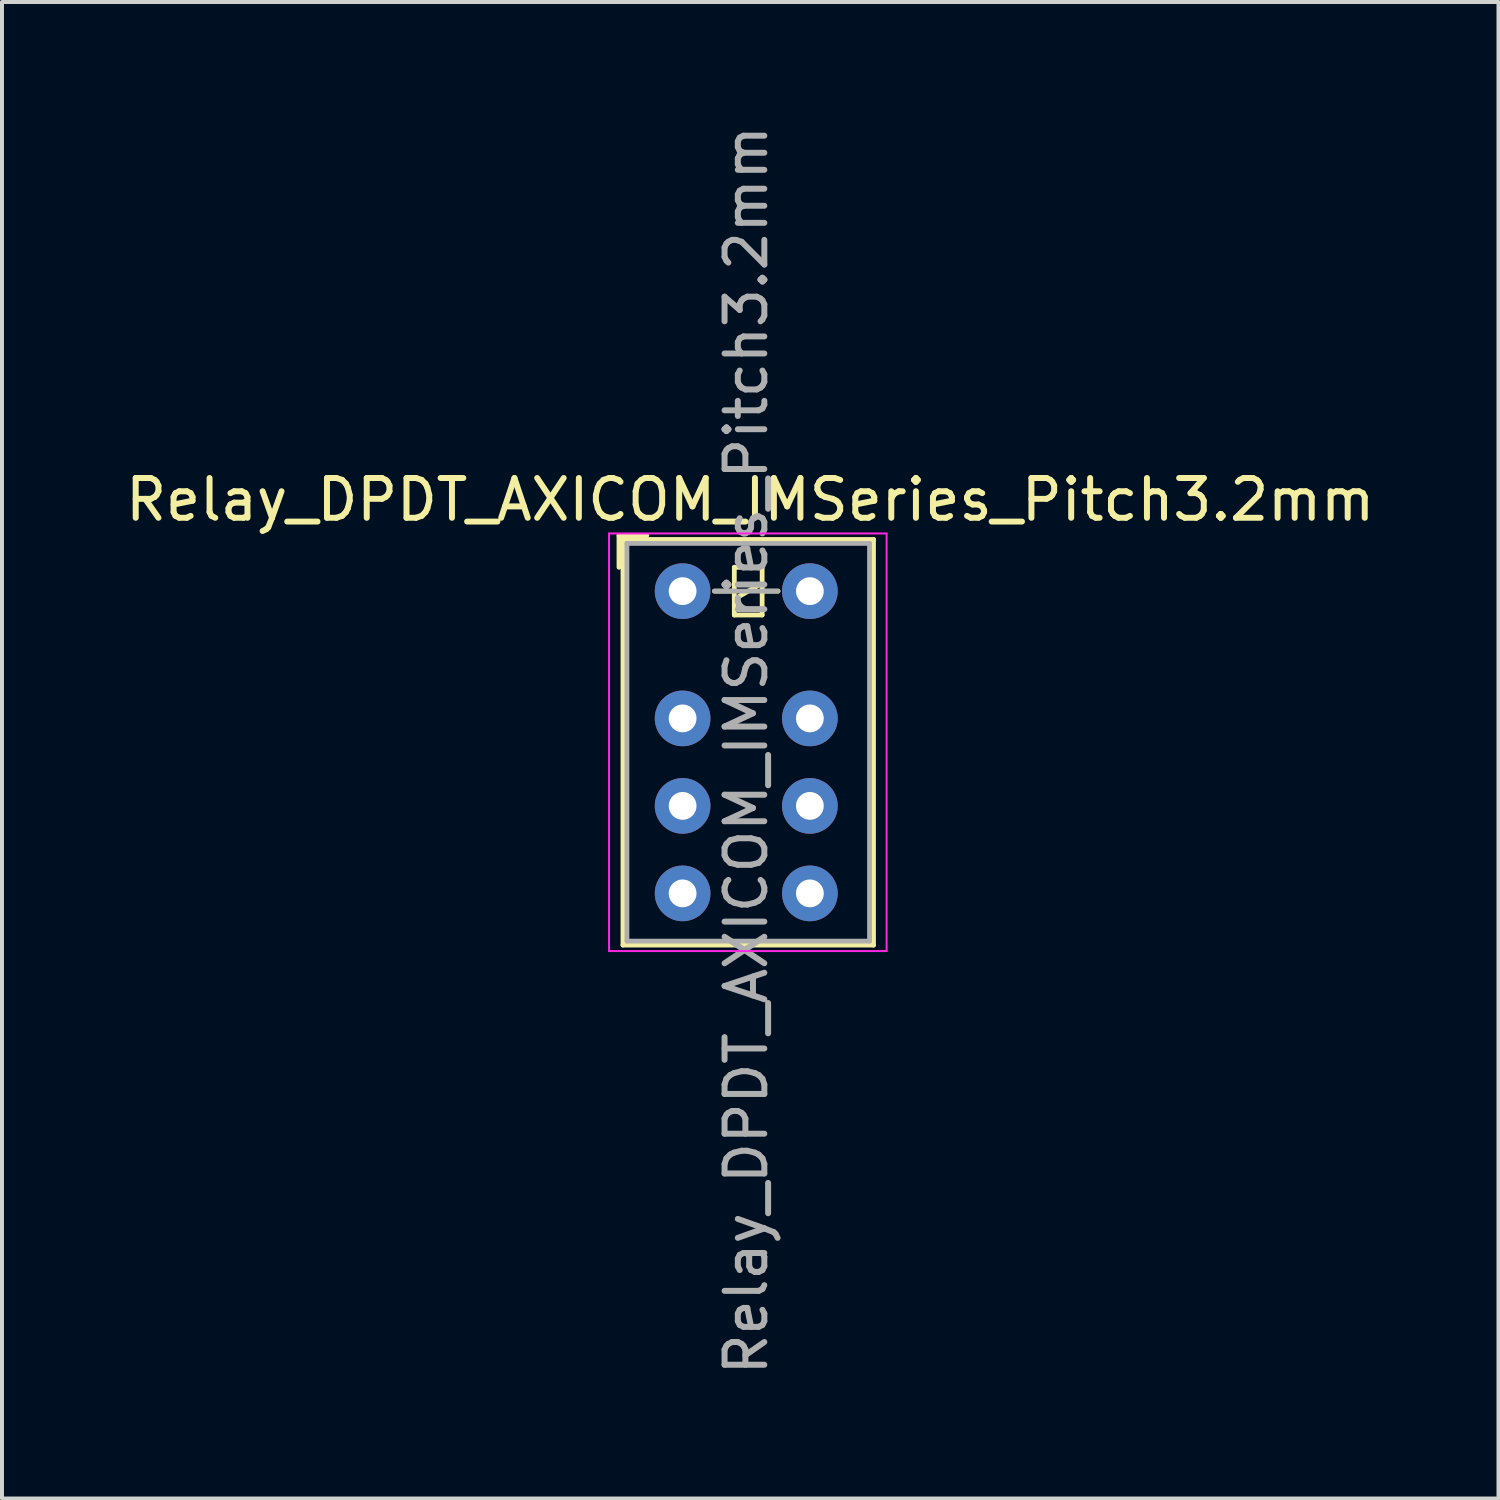
<source format=kicad_pcb>
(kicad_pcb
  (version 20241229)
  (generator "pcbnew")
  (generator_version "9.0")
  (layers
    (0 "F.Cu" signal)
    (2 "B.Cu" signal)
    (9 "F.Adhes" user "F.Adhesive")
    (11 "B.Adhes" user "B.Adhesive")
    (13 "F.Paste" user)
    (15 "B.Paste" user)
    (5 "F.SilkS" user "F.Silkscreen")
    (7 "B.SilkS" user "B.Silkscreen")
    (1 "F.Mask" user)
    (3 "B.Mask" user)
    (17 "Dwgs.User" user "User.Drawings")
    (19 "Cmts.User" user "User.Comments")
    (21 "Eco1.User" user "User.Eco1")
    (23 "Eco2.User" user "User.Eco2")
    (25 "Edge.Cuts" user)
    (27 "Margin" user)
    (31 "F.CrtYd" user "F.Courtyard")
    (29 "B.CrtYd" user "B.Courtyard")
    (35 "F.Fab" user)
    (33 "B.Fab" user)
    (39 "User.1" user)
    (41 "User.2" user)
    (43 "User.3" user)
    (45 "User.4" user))
  (footprint "Relay_DPDT_AXICOM_IMSeries_Pitch3.2mm"
    (layer "F.Cu")
    (at 14.115 11.815)
    (property "Reference" "Relay_DPDT_AXICOM_IMSeries_Pitch3.2mm" (at 1.7 -2.3 0) (layer "F.SilkS") (effects (font (size 1 1) (thickness 0.15))))
    (attr through_hole)
    (fp_line (start -1.6 -1.4) (end -0.9 -1.4) (stroke (width 0.12) (type solid)) (layer "F.SilkS"))
    (fp_line (start -1.6 -0.6) (end -1.6 -1.4) (stroke (width 0.12) (type solid)) (layer "F.SilkS"))
    (fp_line (start -1.5 -1.3) (end 4.8 -1.3) (stroke (width 0.12) (type solid)) (layer "F.SilkS"))
    (fp_line (start -1.5 8.9) (end -1.5 -1.3) (stroke (width 0.12) (type solid)) (layer "F.SilkS"))
    (fp_line (start 1.3 -0.6) (end 1.3 0.6) (stroke (width 0.12) (type solid)) (layer "F.SilkS"))
    (fp_line (start 1.3 0) (end 0.8 0) (stroke (width 0.12) (type solid)) (layer "F.SilkS"))
    (fp_line (start 1.3 0.2) (end 2 -0.2) (stroke (width 0.12) (type solid)) (layer "F.SilkS"))
    (fp_line (start 1.3 0.6) (end 2 0.6) (stroke (width 0.12) (type solid)) (layer "F.SilkS"))
    (fp_line (start 2 -0.6) (end 1.3 -0.6) (stroke (width 0.12) (type solid)) (layer "F.SilkS"))
    (fp_line (start 2 0) (end 2.4 0) (stroke (width 0.12) (type solid)) (layer "F.SilkS"))
    (fp_line (start 2 0.6) (end 2 -0.6) (stroke (width 0.12) (type solid)) (layer "F.SilkS"))
    (fp_line (start 4.8 -1.3) (end 4.8 8.9) (stroke (width 0.12) (type solid)) (layer "F.SilkS"))
    (fp_line (start 4.8 8.9) (end -1.5 8.9) (stroke (width 0.12) (type solid)) (layer "F.SilkS"))
    (fp_line (start -1.85 -1.45) (end -1.85 9.05) (stroke (width 0.05) (type solid)) (layer "F.CrtYd"))
    (fp_line (start -1.85 -1.45) (end 5.13 -1.45) (stroke (width 0.05) (type solid)) (layer "F.CrtYd"))
    (fp_line (start 5.13 9.05) (end -1.85 9.05) (stroke (width 0.05) (type solid)) (layer "F.CrtYd"))
    (fp_line (start 5.13 9.05) (end 5.13 -1.45) (stroke (width 0.05) (type solid)) (layer "F.CrtYd"))
    (fp_line (start -1.4 -1.2) (end -1.4 8.8) (stroke (width 0.12) (type solid)) (layer "F.Fab"))
    (fp_line (start -1.4 8.8) (end 4.7 8.8) (stroke (width 0.12) (type solid)) (layer "F.Fab"))
    (fp_line (start 0.8 0) (end 2.4 0) (stroke (width 0.12) (type solid)) (layer "F.Fab"))
    (fp_line (start 4.7 -1.2) (end -1.4 -1.2) (stroke (width 0.12) (type solid)) (layer "F.Fab"))
    (fp_line (start 4.7 8.8) (end 4.7 -1.2) (stroke (width 0.12) (type solid)) (layer "F.Fab"))
    (fp_text user "${REFERENCE}" (at 1.6 4 90) (layer "F.Fab") (effects (font (size 1 1) (thickness 0.15))))
    (pad "1" thru_hole circle (at 0 0) (size 1.4 1.4) (drill 0.7) (layers "*.Cu" "*.Mask"))
    (pad "2" thru_hole circle (at 0 3.2) (size 1.4 1.4) (drill 0.7) (layers "*.Cu" "*.Mask"))
    (pad "3" thru_hole circle (at 0 5.4) (size 1.4 1.4) (drill 0.7) (layers "*.Cu" "*.Mask"))
    (pad "4" thru_hole circle (at 0 7.6) (size 1.4 1.4) (drill 0.7) (layers "*.Cu" "*.Mask"))
    (pad "5" thru_hole circle (at 3.2 7.6) (size 1.4 1.4) (drill 0.7) (layers "*.Cu" "*.Mask"))
    (pad "6" thru_hole circle (at 3.2 5.4) (size 1.4 1.4) (drill 0.7) (layers "*.Cu" "*.Mask"))
    (pad "7" thru_hole circle (at 3.2 3.2) (size 1.4 1.4) (drill 0.7) (layers "*.Cu" "*.Mask"))
    (pad "8" thru_hole circle (at 3.2 0) (size 1.4 1.4) (drill 0.7) (layers "*.Cu" "*.Mask")))
  (gr_rect
    (start -3 -3)
    (end 34.631 34.631)
    (stroke (width 0.1) (type default))
    (fill no)
    (layer "Edge.Cuts")))
</source>
